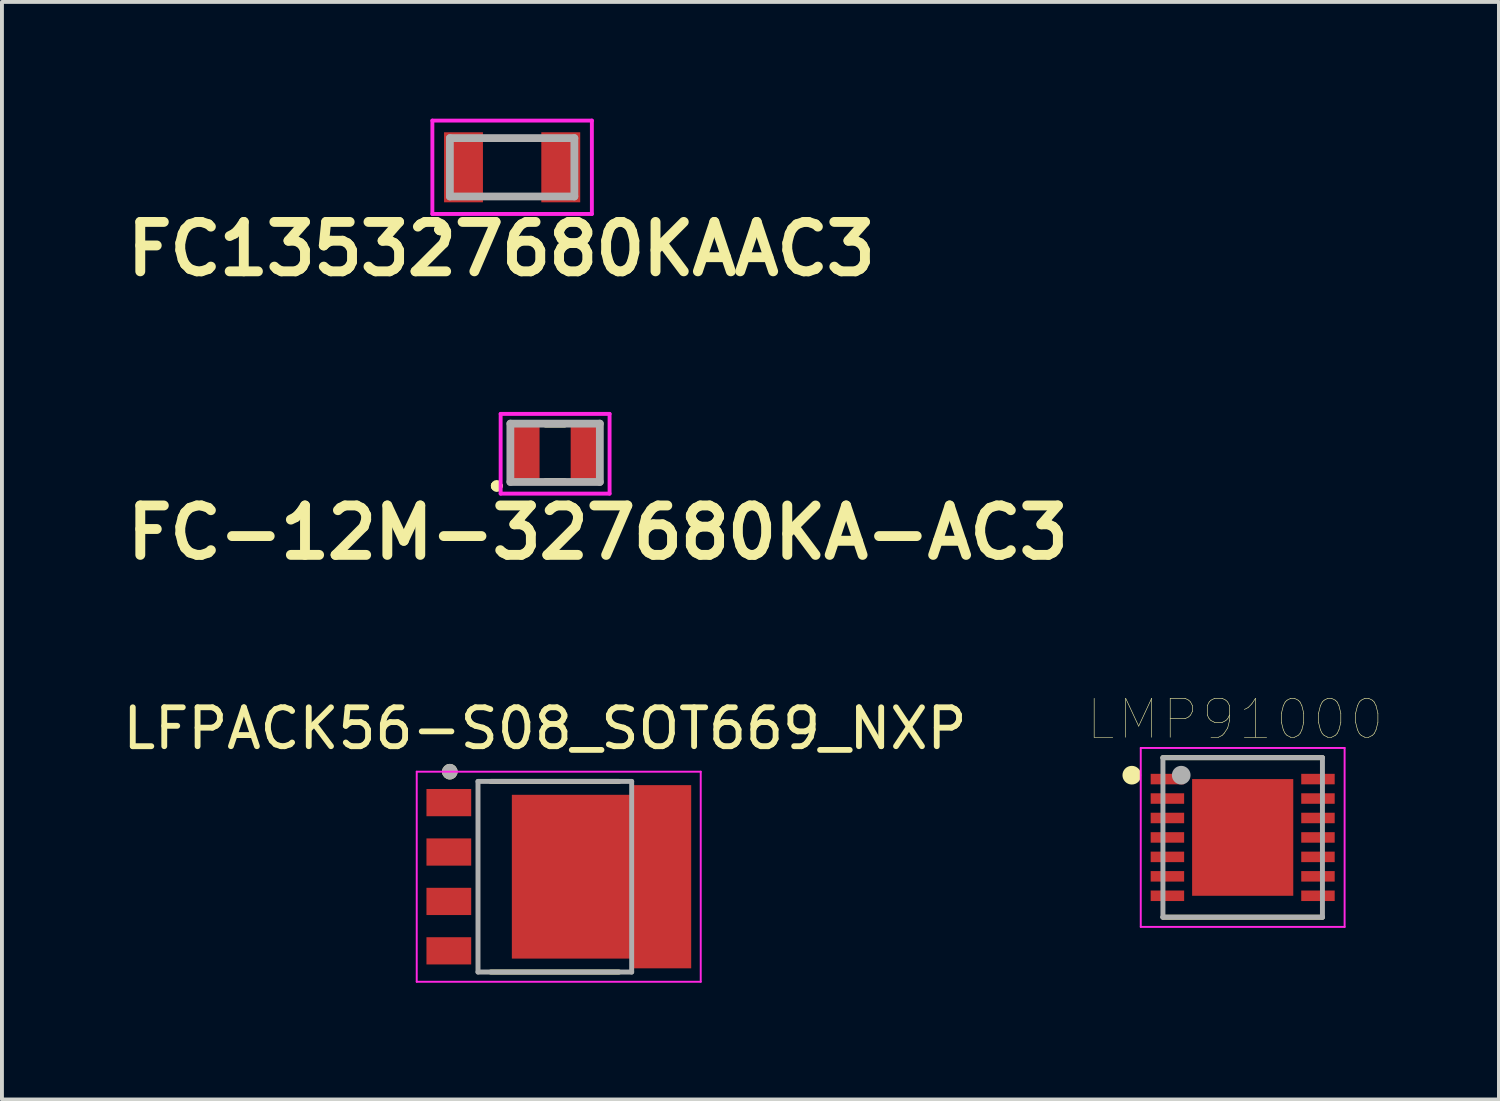
<source format=kicad_pcb>
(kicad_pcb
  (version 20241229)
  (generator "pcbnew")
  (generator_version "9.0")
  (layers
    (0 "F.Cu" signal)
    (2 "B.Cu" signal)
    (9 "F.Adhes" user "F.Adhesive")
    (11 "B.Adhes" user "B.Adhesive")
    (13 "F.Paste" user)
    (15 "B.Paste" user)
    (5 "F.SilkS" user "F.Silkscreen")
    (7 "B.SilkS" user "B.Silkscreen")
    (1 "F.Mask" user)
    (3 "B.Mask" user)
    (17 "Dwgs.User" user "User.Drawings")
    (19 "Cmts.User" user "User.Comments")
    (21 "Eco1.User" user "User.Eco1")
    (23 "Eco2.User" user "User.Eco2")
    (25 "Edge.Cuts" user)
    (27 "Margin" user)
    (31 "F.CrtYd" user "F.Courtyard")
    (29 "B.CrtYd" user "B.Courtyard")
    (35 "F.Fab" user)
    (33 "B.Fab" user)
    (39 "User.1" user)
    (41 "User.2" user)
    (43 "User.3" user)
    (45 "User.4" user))
  (footprint "LFPACK56-S08_SOT669_NXP"
    (layer "F.Cu")
    (at 11.212 19.486)
    (property "Reference" "LFPACK56-S08_SOT669_NXP" (at -0.254 -3.81 0) (layer "F.SilkS") (effects (font (size 1 1) (thickness 0.15))))
    (attr smd)
    (fp_line (start -1.65 -2.45) (end 1.65 -2.45) (stroke (width 0.127) (type solid)) (layer "F.SilkS"))
    (fp_line (start -1.65 2.45) (end 1.65 2.45) (stroke (width 0.127) (type solid)) (layer "F.SilkS"))
    (fp_circle (center -2.7 -2.7) (end -2.6 -2.7) (stroke (width 0.2) (type solid)) (fill no) (layer "F.SilkS"))
    (fp_poly (pts (xy -3.25 -2.205) (xy -2.2 -2.205) (xy -2.2 -1.605) (xy -3.25 -1.605)) (stroke (width 0.01) (type solid)) (fill yes) (layer "F.Paste"))
    (fp_poly (pts (xy -3.25 -0.935) (xy -2.2 -0.935) (xy -2.2 -0.335) (xy -3.25 -0.335)) (stroke (width 0.01) (type solid)) (fill yes) (layer "F.Paste"))
    (fp_poly (pts (xy -3.25 0.335) (xy -2.2 0.335) (xy -2.2 0.935) (xy -3.25 0.935)) (stroke (width 0.01) (type solid)) (fill yes) (layer "F.Paste"))
    (fp_poly (pts (xy -3.25 1.605) (xy -2.2 1.605) (xy -2.2 2.205) (xy -3.25 2.205)) (stroke (width 0.01) (type solid)) (fill yes) (layer "F.Paste"))
    (fp_poly (pts (xy -1 -1.45) (xy -0.1 -1.45) (xy -0.1 -0.85) (xy -1 -0.85)) (stroke (width 0.01) (type solid)) (fill yes) (layer "F.Paste"))
    (fp_poly (pts (xy -1 -0.3) (xy -0.1 -0.3) (xy -0.1 0.3) (xy -1 0.3)) (stroke (width 0.01) (type solid)) (fill yes) (layer "F.Paste"))
    (fp_poly (pts (xy -1 0.85) (xy -0.1 0.85) (xy -0.1 1.45) (xy -1 1.45)) (stroke (width 0.01) (type solid)) (fill yes) (layer "F.Paste"))
    (fp_poly (pts (xy -0.15 -1.45) (xy 0.75 -1.45) (xy 0.75 -0.85) (xy -0.15 -0.85)) (stroke (width 0.01) (type solid)) (fill yes) (layer "F.Paste"))
    (fp_poly (pts (xy -0.15 -0.3) (xy 0.75 -0.3) (xy 0.75 0.3) (xy -0.15 0.3)) (stroke (width 0.01) (type solid)) (fill yes) (layer "F.Paste"))
    (fp_poly (pts (xy -0.15 0.85) (xy 0.75 0.85) (xy 0.75 1.45) (xy -0.15 1.45)) (stroke (width 0.01) (type solid)) (fill yes) (layer "F.Paste"))
    (fp_poly (pts (xy 0.7 -1.45) (xy 1.6 -1.45) (xy 1.6 -0.85) (xy 0.7 -0.85)) (stroke (width 0.01) (type solid)) (fill yes) (layer "F.Paste"))
    (fp_poly (pts (xy 0.7 -0.3) (xy 1.6 -0.3) (xy 1.6 0.3) (xy 0.7 0.3)) (stroke (width 0.01) (type solid)) (fill yes) (layer "F.Paste"))
    (fp_poly (pts (xy 0.7 0.85) (xy 1.6 0.85) (xy 1.6 1.45) (xy 0.7 1.45)) (stroke (width 0.01) (type solid)) (fill yes) (layer "F.Paste"))
    (fp_poly (pts (xy 2.7 -2.325) (xy 3.3 -2.325) (xy 3.3 -1.425) (xy 2.7 -1.425)) (stroke (width 0.01) (type solid)) (fill yes) (layer "F.Paste"))
    (fp_poly (pts (xy 2.7 -1.05) (xy 3.3 -1.05) (xy 3.3 -0.15) (xy 2.7 -0.15)) (stroke (width 0.01) (type solid)) (fill yes) (layer "F.Paste"))
    (fp_poly (pts (xy 2.7 0.15) (xy 3.3 0.15) (xy 3.3 1.05) (xy 2.7 1.05)) (stroke (width 0.01) (type solid)) (fill yes) (layer "F.Paste"))
    (fp_poly (pts (xy 2.7 1.425) (xy 3.3 1.425) (xy 3.3 2.325) (xy 2.7 2.325)) (stroke (width 0.01) (type solid)) (fill yes) (layer "F.Paste"))
    (fp_line (start -3.55 -2.7) (end 3.75 -2.7) (stroke (width 0.05) (type solid)) (layer "F.CrtYd"))
    (fp_line (start -3.55 2.7) (end -3.55 -2.7) (stroke (width 0.05) (type solid)) (layer "F.CrtYd"))
    (fp_line (start 3.75 -2.7) (end 3.75 2.7) (stroke (width 0.05) (type solid)) (layer "F.CrtYd"))
    (fp_line (start 3.75 2.7) (end -3.55 2.7) (stroke (width 0.05) (type solid)) (layer "F.CrtYd"))
    (fp_line (start -1.975 -2.45) (end 1.975 -2.45) (stroke (width 0.127) (type solid)) (layer "F.Fab"))
    (fp_line (start -1.975 2.45) (end -1.975 -2.45) (stroke (width 0.127) (type solid)) (layer "F.Fab"))
    (fp_line (start 1.975 -2.45) (end 1.975 2.45) (stroke (width 0.127) (type solid)) (layer "F.Fab"))
    (fp_line (start 1.975 2.45) (end -1.975 2.45) (stroke (width 0.127) (type solid)) (layer "F.Fab"))
    (fp_circle (center -2.7 -2.7) (end -2.6 -2.7) (stroke (width 0.2) (type solid)) (fill no) (layer "F.Fab"))
    (pad "1" smd rect (at -2.725 -1.905) (size 1.15 0.7) (layers "F.Cu" "F.Mask"))
    (pad "2" smd rect (at -2.725 -0.635) (size 1.15 0.7) (layers "F.Cu" "F.Mask"))
    (pad "3" smd rect (at -2.725 0.635) (size 1.15 0.7) (layers "F.Cu" "F.Mask"))
    (pad "4" smd rect (at -2.725 1.905) (size 1.15 0.7) (layers "F.Cu" "F.Mask"))
    (pad "5" smd custom (at 0 0) (size 1 1) (layers "F.Cu" "F.Mask") (options (anchor rect)) (primitives (gr_poly (pts (xy 3.5 2.35) (xy 2 2.35) (xy 2 2.1) (xy -1.1 2.1) (xy -1.1 -2.1) (xy 2 -2.1) (xy 2 -2.35) (xy 3.5 -2.35)) (width 0.01) (fill yes)))))
  (footprint "LMP91000"
    (layer "F.Cu")
    (at 28.893 18.476)
    (property "Reference" "LMP91000" (at -0.195 -3.037 0) (layer "F.SilkS") (effects (font (size 1.001 1.001) (thickness 0.015))))
    (attr smd)
    (fp_line (start -2.05 -2.05) (end 2.05 -2.05) (stroke (width 0.127) (type solid)) (layer "F.SilkS"))
    (fp_line (start 2.05 2.05) (end -2.05 2.05) (stroke (width 0.127) (type solid)) (layer "F.SilkS"))
    (fp_circle (center -2.85 -1.6) (end -2.73 -1.6) (stroke (width 0.24) (type solid)) (fill no) (layer "F.SilkS"))
    (fp_poly (pts (xy -0.821 -0.95) (xy 0.82 -0.95) (xy 0.82 0.951) (xy -0.821 0.951)) (stroke (width 0.01) (type solid)) (fill yes) (layer "F.Paste"))
    (fp_line (start -2.62 -2.3) (end 2.62 -2.3) (stroke (width 0.05) (type solid)) (layer "F.CrtYd"))
    (fp_line (start -2.62 2.3) (end -2.62 -2.3) (stroke (width 0.05) (type solid)) (layer "F.CrtYd"))
    (fp_line (start 2.62 -2.3) (end 2.62 2.3) (stroke (width 0.05) (type solid)) (layer "F.CrtYd"))
    (fp_line (start 2.62 2.3) (end -2.62 2.3) (stroke (width 0.05) (type solid)) (layer "F.CrtYd"))
    (fp_line (start -2.05 -2.05) (end 2.05 -2.05) (stroke (width 0.127) (type solid)) (layer "F.Fab"))
    (fp_line (start -2.05 2.05) (end -2.05 -2.05) (stroke (width 0.127) (type solid)) (layer "F.Fab"))
    (fp_line (start 2.05 -2.05) (end 2.05 2.05) (stroke (width 0.127) (type solid)) (layer "F.Fab"))
    (fp_line (start 2.05 2.05) (end -2.05 2.05) (stroke (width 0.127) (type solid)) (layer "F.Fab"))
    (fp_circle (center -1.58 -1.6) (end -1.46 -1.6) (stroke (width 0.24) (type solid)) (fill no) (layer "F.Fab"))
    (pad "1" smd rect (at -1.935 -1.5) (size 0.86 0.27) (layers "F.Cu" "F.Mask" "F.Paste"))
    (pad "2" smd rect (at -1.935 -1) (size 0.86 0.27) (layers "F.Cu" "F.Mask" "F.Paste"))
    (pad "3" smd rect (at -1.935 -0.5) (size 0.86 0.27) (layers "F.Cu" "F.Mask" "F.Paste"))
    (pad "4" smd rect (at -1.935 0) (size 0.86 0.27) (layers "F.Cu" "F.Mask" "F.Paste"))
    (pad "5" smd rect (at -1.935 0.5) (size 0.86 0.27) (layers "F.Cu" "F.Mask" "F.Paste"))
    (pad "6" smd rect (at -1.935 1) (size 0.86 0.27) (layers "F.Cu" "F.Mask" "F.Paste"))
    (pad "7" smd rect (at -1.935 1.5) (size 0.86 0.27) (layers "F.Cu" "F.Mask" "F.Paste"))
    (pad "8" smd rect (at 1.935 1.5) (size 0.86 0.27) (layers "F.Cu" "F.Mask" "F.Paste"))
    (pad "9" smd rect (at 1.935 1) (size 0.86 0.27) (layers "F.Cu" "F.Mask" "F.Paste"))
    (pad "10" smd rect (at 1.935 0.5) (size 0.86 0.27) (layers "F.Cu" "F.Mask" "F.Paste"))
    (pad "11" smd rect (at 1.935 0) (size 0.86 0.27) (layers "F.Cu" "F.Mask" "F.Paste"))
    (pad "12" smd rect (at 1.935 -0.5) (size 0.86 0.27) (layers "F.Cu" "F.Mask" "F.Paste"))
    (pad "13" smd rect (at 1.935 -1) (size 0.86 0.27) (layers "F.Cu" "F.Mask" "F.Paste"))
    (pad "14" smd rect (at 1.935 -1.5) (size 0.86 0.27) (layers "F.Cu" "F.Mask" "F.Paste"))
    (pad "15" smd rect (at 0 0) (size 2.6 3) (layers "F.Cu" "F.Mask")))
  (footprint "FC-12M-327680KA-AC3"
    (layer "F.Cu")
    (at 11.219 8.589)
    (property "Reference" "FC-12M-327680KA-AC3" (at 1.1 2.05 0) (layer "F.SilkS") (effects (font (size 1.27 1.27) (thickness 0.254))))
    (attr smd)
    (fp_line (start -1.55 0.85) (end -1.55 0.85) (stroke (width 0.2) (type solid)) (layer "F.SilkS"))
    (fp_line (start -1.55 0.85) (end -1.55 0.85) (stroke (width 0.2) (type solid)) (layer "F.SilkS"))
    (fp_line (start -1.45 0.85) (end -1.45 0.85) (stroke (width 0.2) (type solid)) (layer "F.SilkS"))
    (fp_line (start -0.25 -0.7) (end 0.25 -0.7) (stroke (width 0.1) (type solid)) (layer "F.SilkS"))
    (fp_line (start -0.25 0.7) (end 0.25 0.7) (stroke (width 0.1) (type solid)) (layer "F.SilkS"))
    (fp_arc (start -1.55 0.85) (mid -1.5 0.8) (end -1.45 0.85) (stroke (width 0.2) (type solid)) (layer "F.SilkS"))
    (fp_arc (start -1.45 0.85) (mid -1.5 0.9) (end -1.55 0.85) (stroke (width 0.2) (type solid)) (layer "F.SilkS"))
    (fp_arc (start -1.45 0.85) (mid -1.5 0.9) (end -1.55 0.85) (stroke (width 0.2) (type solid)) (layer "F.SilkS"))
    (fp_line (start -1.4 -1) (end 1.4 -1) (stroke (width 0.1) (type solid)) (layer "F.CrtYd"))
    (fp_line (start -1.4 1.05) (end -1.4 -1) (stroke (width 0.1) (type solid)) (layer "F.CrtYd"))
    (fp_line (start 1.4 -1) (end 1.4 1.05) (stroke (width 0.1) (type solid)) (layer "F.CrtYd"))
    (fp_line (start 1.4 1.05) (end -1.4 1.05) (stroke (width 0.1) (type solid)) (layer "F.CrtYd"))
    (fp_line (start -1.15 -0.75) (end -1.15 0.75) (stroke (width 0.2) (type solid)) (layer "F.Fab"))
    (fp_line (start -1.15 0.75) (end 1.15 0.75) (stroke (width 0.2) (type solid)) (layer "F.Fab"))
    (fp_line (start 1.15 -0.75) (end -1.15 -0.75) (stroke (width 0.2) (type solid)) (layer "F.Fab"))
    (fp_line (start 1.15 0.75) (end 1.15 -0.75) (stroke (width 0.2) (type solid)) (layer "F.Fab"))
    (pad "1" smd rect (at -0.75 0) (size 0.7 1.4) (layers "F.Cu" "F.Mask" "F.Paste"))
    (pad "2" smd rect (at 0.75 0) (size 0.7 1.4) (layers "F.Cu" "F.Mask" "F.Paste")))
  (footprint "FC135327680KAAC3"
    (layer "F.Cu")
    (at 10.114 1.25)
    (property "Reference" "FC135327680KAAC3" (at -0.275 2.1 0) (layer "F.SilkS") (effects (font (size 1.27 1.27) (thickness 0.254))))
    (attr smd)
    (fp_line (start -1.9 1.6) (end -1.9 1.6) (stroke (width 0.2) (type solid)) (layer "F.SilkS"))
    (fp_line (start -1.9 1.6) (end -1.9 1.6) (stroke (width 0.2) (type solid)) (layer "F.SilkS"))
    (fp_line (start -1.8 1.6) (end -1.8 1.6) (stroke (width 0.2) (type solid)) (layer "F.SilkS"))
    (fp_line (start -0.25 -0.75) (end -0.25 -0.75) (stroke (width 0.1) (type solid)) (layer "F.SilkS"))
    (fp_line (start -0.25 -0.75) (end 0.25 -0.75) (stroke (width 0.1) (type solid)) (layer "F.SilkS"))
    (fp_line (start -0.25 0.75) (end -0.25 0.75) (stroke (width 0.1) (type solid)) (layer "F.SilkS"))
    (fp_line (start -0.25 0.75) (end 0.25 0.75) (stroke (width 0.1) (type solid)) (layer "F.SilkS"))
    (fp_line (start 0.25 -0.75) (end -0.25 -0.75) (stroke (width 0.1) (type solid)) (layer "F.SilkS"))
    (fp_line (start 0.25 -0.75) (end 0.25 -0.75) (stroke (width 0.1) (type solid)) (layer "F.SilkS"))
    (fp_line (start 0.25 0.75) (end -0.25 0.75) (stroke (width 0.1) (type solid)) (layer "F.SilkS"))
    (fp_line (start 0.25 0.75) (end 0.25 0.75) (stroke (width 0.1) (type solid)) (layer "F.SilkS"))
    (fp_arc (start -1.9 1.6) (mid -1.85 1.55) (end -1.8 1.6) (stroke (width 0.2) (type solid)) (layer "F.SilkS"))
    (fp_arc (start -1.8 1.6) (mid -1.85 1.65) (end -1.9 1.6) (stroke (width 0.2) (type solid)) (layer "F.SilkS"))
    (fp_arc (start -1.8 1.6) (mid -1.85 1.65) (end -1.9 1.6) (stroke (width 0.2) (type solid)) (layer "F.SilkS"))
    (fp_line (start -2.05 -1.2) (end 2.05 -1.2) (stroke (width 0.1) (type solid)) (layer "F.CrtYd"))
    (fp_line (start -2.05 1.2) (end -2.05 -1.2) (stroke (width 0.1) (type solid)) (layer "F.CrtYd"))
    (fp_line (start 2.05 -1.2) (end 2.05 1.2) (stroke (width 0.1) (type solid)) (layer "F.CrtYd"))
    (fp_line (start 2.05 1.2) (end -2.05 1.2) (stroke (width 0.1) (type solid)) (layer "F.CrtYd"))
    (fp_line (start -1.6 -0.75) (end -1.6 0.75) (stroke (width 0.2) (type solid)) (layer "F.Fab"))
    (fp_line (start -1.6 0.75) (end 1.6 0.75) (stroke (width 0.2) (type solid)) (layer "F.Fab"))
    (fp_line (start 1.6 -0.75) (end -1.6 -0.75) (stroke (width 0.2) (type solid)) (layer "F.Fab"))
    (fp_line (start 1.6 0.75) (end 1.6 -0.75) (stroke (width 0.2) (type solid)) (layer "F.Fab"))
    (pad "1" smd rect (at -1.25 0) (size 1 1.8) (layers "F.Cu" "F.Mask" "F.Paste"))
    (pad "2" smd rect (at 1.25 0) (size 1 1.8) (layers "F.Cu" "F.Mask" "F.Paste")))
  (gr_rect
    (start -3 -3)
    (end 35.48 25.211)
    (stroke (width 0.1) (type default))
    (fill no)
    (layer "Edge.Cuts")))
</source>
